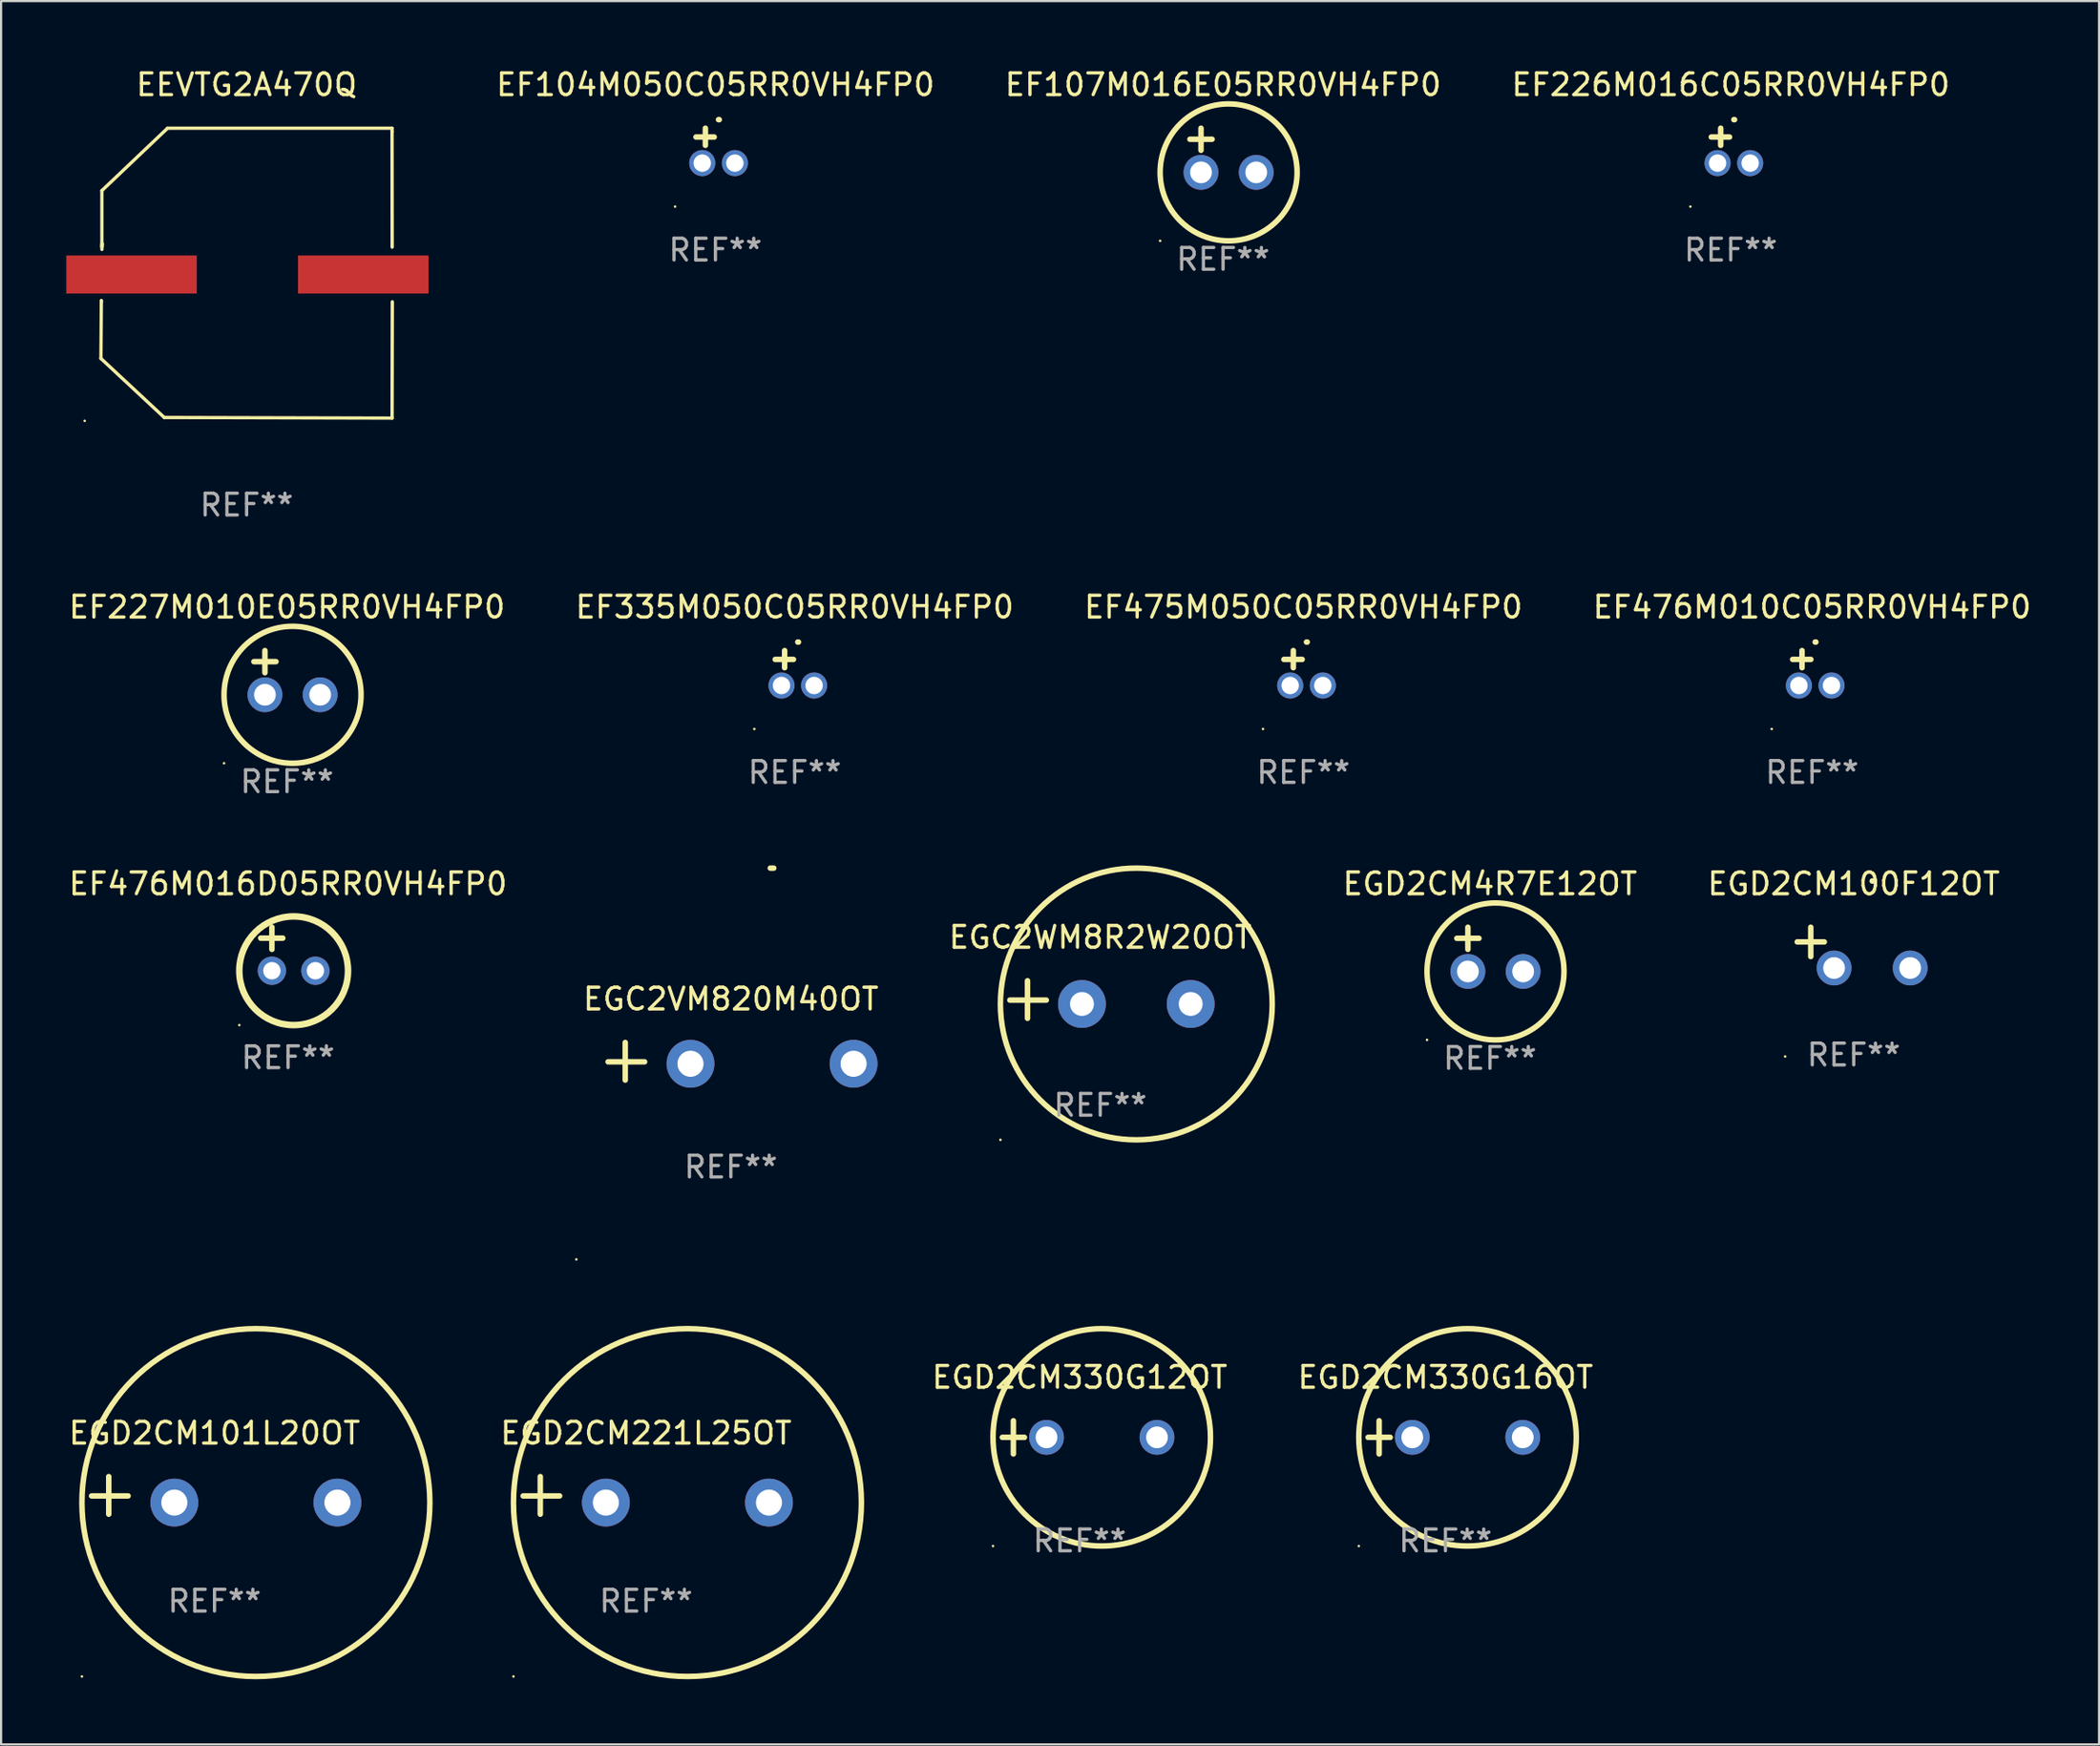
<source format=kicad_pcb>
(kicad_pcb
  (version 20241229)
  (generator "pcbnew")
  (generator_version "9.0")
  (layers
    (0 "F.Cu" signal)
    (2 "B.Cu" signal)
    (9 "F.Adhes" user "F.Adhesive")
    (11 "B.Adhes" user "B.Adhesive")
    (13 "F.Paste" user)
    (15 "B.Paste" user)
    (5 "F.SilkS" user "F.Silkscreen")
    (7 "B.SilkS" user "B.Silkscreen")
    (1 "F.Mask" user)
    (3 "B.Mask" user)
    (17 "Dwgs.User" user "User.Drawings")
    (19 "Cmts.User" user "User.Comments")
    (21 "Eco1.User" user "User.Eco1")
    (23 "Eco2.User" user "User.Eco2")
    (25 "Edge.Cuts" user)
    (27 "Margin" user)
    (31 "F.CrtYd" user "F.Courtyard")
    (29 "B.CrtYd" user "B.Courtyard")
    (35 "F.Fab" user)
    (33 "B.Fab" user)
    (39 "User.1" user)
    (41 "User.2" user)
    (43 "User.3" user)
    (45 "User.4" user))
  (footprint "EF475M050C05RR0VH4FP0"
    (layer "F.Cu")
    (at 56.887 27.683)
    (property "Reference" "EF475M050C05RR0VH4FP0" (at 0 -2.803 0) (layer "F.SilkS") (effects (font (size 1 1) (thickness 0.15))))
    (attr through_hole)
    (fp_line (start -0.462 -0.016) (end -0.462 -0.803) (stroke (width 0.254) (type solid)) (layer "F.SilkS"))
    (fp_line (start -0.056 -0.397) (end -0.894 -0.397) (stroke (width 0.254) (type solid)) (layer "F.SilkS"))
    (fp_arc (start 0.142799 -1.195784) (mid 0.159309 -1.195852) (end 0.175819 -1.195784) (stroke (width 0.254001) (type solid)) (layer "F.SilkS"))
    (fp_circle (center -1.856 2.803) (end -1.826 2.803) (stroke (width 0.06) (type solid)) (fill no) (layer "F.SilkS"))
    (fp_text user "REF**" (at 0 4.803 0) (layer "F.Fab") (effects (font (size 1 1) (thickness 0.15))))
    (pad "1" thru_hole circle (at -0.606 0.803) (size 1.2 1.2) (drill 0.8) (layers "*.Cu" "*.Mask"))
    (pad "2" thru_hole circle (at 0.894 0.803) (size 1.2 1.2) (drill 0.8) (layers "*.Cu" "*.Mask")))
  (footprint "EGC2WM8R2W20OT"
    (layer "F.Cu")
    (at 47.547 42.934)
    (property "Reference" "EGC2WM8R2W20OT" (at 0 -2.864 0) (layer "F.SilkS") (effects (font (size 1 1) (thickness 0.15))))
    (attr through_hole)
    (fp_line (start -3.346 0.864) (end -3.346 -0.864) (stroke (width 0.254) (type solid)) (layer "F.SilkS"))
    (fp_line (start -2.482 0.025) (end -4.158 0.025) (stroke (width 0.254) (type solid)) (layer "F.SilkS"))
    (fp_circle (center -4.592 6.453) (end -4.562 6.453) (stroke (width 0.06) (type solid)) (fill no) (layer "F.SilkS"))
    (fp_circle (center 1.658 0.203) (end 7.908 0.203) (stroke (width 0.254) (type solid)) (fill no) (layer "F.SilkS"))
    (fp_text user "REF**" (at 0 4.864 0) (layer "F.Fab") (effects (font (size 1 1) (thickness 0.15))))
    (pad "1" thru_hole circle (at -0.842 0.203) (size 2.2 2.2) (drill 1.1) (layers "*.Cu" "*.Mask"))
    (pad "2" thru_hole circle (at 4.158 0.203) (size 2.2 2.2) (drill 1.1) (layers "*.Cu" "*.Mask")))
  (footprint "EGD2CM330G12OT"
    (layer "F.Cu")
    (at 46.599 63.074)
    (property "Reference" "EGD2CM330G12OT" (at 0 -2.762 0) (layer "F.SilkS") (effects (font (size 1 1) (thickness 0.15))))
    (attr through_hole)
    (fp_line (start -3.556 0) (end -2.54 0) (stroke (width 0.254) (type solid)) (layer "F.SilkS"))
    (fp_line (start -3.048 -0.762) (end -3.048 0.762) (stroke (width 0.254) (type solid)) (layer "F.SilkS"))
    (fp_circle (center -3.984 5) (end -3.954 5) (stroke (width 0.06) (type solid)) (fill no) (layer "F.SilkS"))
    (fp_circle (center 1.016 0) (end 6.016 0) (stroke (width 0.254) (type solid)) (fill no) (layer "F.SilkS"))
    (fp_text user "REF**" (at 0 4.762 0) (layer "F.Fab") (effects (font (size 1 1) (thickness 0.15))))
    (pad "1" thru_hole circle (at -1.524 0) (size 1.6 1.6) (drill 1) (layers "*.Cu" "*.Mask"))
    (pad "2" thru_hole circle (at 3.556 0) (size 1.6 1.6) (drill 1) (layers "*.Cu" "*.Mask")))
  (footprint "EF335M050C05RR0VH4FP0"
    (layer "F.Cu")
    (at 33.494 27.683)
    (property "Reference" "EF335M050C05RR0VH4FP0" (at 0 -2.803 0) (layer "F.SilkS") (effects (font (size 1 1) (thickness 0.15))))
    (attr through_hole)
    (fp_line (start -0.462 -0.016) (end -0.462 -0.803) (stroke (width 0.254) (type solid)) (layer "F.SilkS"))
    (fp_line (start -0.056 -0.397) (end -0.894 -0.397) (stroke (width 0.254) (type solid)) (layer "F.SilkS"))
    (fp_arc (start 0.142799 -1.195784) (mid 0.159309 -1.195852) (end 0.175819 -1.195784) (stroke (width 0.254001) (type solid)) (layer "F.SilkS"))
    (fp_circle (center -1.856 2.803) (end -1.826 2.803) (stroke (width 0.06) (type solid)) (fill no) (layer "F.SilkS"))
    (fp_text user "REF**" (at 0 4.803 0) (layer "F.Fab") (effects (font (size 1 1) (thickness 0.15))))
    (pad "1" thru_hole circle (at -0.606 0.803) (size 1.2 1.2) (drill 0.8) (layers "*.Cu" "*.Mask"))
    (pad "2" thru_hole circle (at 0.894 0.803) (size 1.2 1.2) (drill 0.8) (layers "*.Cu" "*.Mask")))
  (footprint "EGC2VM820M40OT"
    (layer "F.Cu")
    (at 30.559 45.773)
    (property "Reference" "EGC2VM820M40OT" (at 0 -2.864 0) (layer "F.SilkS") (effects (font (size 1 1) (thickness 0.15))))
    (attr through_hole)
    (fp_line (start -4.856 0.864) (end -4.856 -0.864) (stroke (width 0.254) (type solid)) (layer "F.SilkS"))
    (fp_line (start -3.967 0.025) (end -5.644 0.025) (stroke (width 0.254) (type solid)) (layer "F.SilkS"))
    (fp_arc (start 1.815024 -8.885649) (mid 1.893764 -8.88599) (end 1.972504 -8.885649) (stroke (width 0.254001) (type solid)) (layer "F.SilkS"))
    (fp_circle (center -7.106 9.114) (end -7.076 9.114) (stroke (width 0.06) (type solid)) (fill no) (layer "F.SilkS"))
    (fp_text user "REF**" (at 0 4.864 0) (layer "F.Fab") (effects (font (size 1 1) (thickness 0.15))))
    (pad "1" thru_hole circle (at -1.856 0.114) (size 2.2 2.2) (drill 1.2) (layers "*.Cu" "*.Mask"))
    (pad "2" thru_hole circle (at 5.644 0.114) (size 2.2 2.2) (drill 1.2) (layers "*.Cu" "*.Mask")))
  (footprint "EF226M016C05RR0VH4FP0"
    (layer "F.Cu")
    (at 76.54 3.651)
    (property "Reference" "EF226M016C05RR0VH4FP0" (at 0 -2.803 0) (layer "F.SilkS") (effects (font (size 1 1) (thickness 0.15))))
    (attr through_hole)
    (fp_line (start -0.462 -0.016) (end -0.462 -0.803) (stroke (width 0.254) (type solid)) (layer "F.SilkS"))
    (fp_line (start -0.056 -0.397) (end -0.894 -0.397) (stroke (width 0.254) (type solid)) (layer "F.SilkS"))
    (fp_arc (start 0.142799 -1.195784) (mid 0.159309 -1.195852) (end 0.175819 -1.195784) (stroke (width 0.254001) (type solid)) (layer "F.SilkS"))
    (fp_circle (center -1.856 2.803) (end -1.826 2.803) (stroke (width 0.06) (type solid)) (fill no) (layer "F.SilkS"))
    (fp_text user "REF**" (at 0 4.803 0) (layer "F.Fab") (effects (font (size 1 1) (thickness 0.15))))
    (pad "1" thru_hole circle (at -0.606 0.803) (size 1.2 1.2) (drill 0.8) (layers "*.Cu" "*.Mask"))
    (pad "2" thru_hole circle (at 0.894 0.803) (size 1.2 1.2) (drill 0.8) (layers "*.Cu" "*.Mask")))
  (footprint "EF227M010E05RR0VH4FP0"
    (layer "F.Cu")
    (at 10.149 27.896)
    (property "Reference" "EF227M010E05RR0VH4FP0" (at 0 -3.016 0) (layer "F.SilkS") (effects (font (size 1 1) (thickness 0.15))))
    (attr through_hole)
    (fp_line (start -1.524 -0.508) (end -0.508 -0.508) (stroke (width 0.254) (type solid)) (layer "F.SilkS"))
    (fp_line (start -1.016 -1.016) (end -1.016 0) (stroke (width 0.254) (type solid)) (layer "F.SilkS"))
    (fp_circle (center -2.896 4.166) (end -2.866 4.166) (stroke (width 0.06) (type solid)) (fill no) (layer "F.SilkS"))
    (fp_circle (center 0.254 1.016) (end 3.404 1.016) (stroke (width 0.254) (type solid)) (fill no) (layer "F.SilkS"))
    (fp_text user "REF**" (at 0 5.016 0) (layer "F.Fab") (effects (font (size 1 1) (thickness 0.15))))
    (pad "1" thru_hole circle (at -1.016 1.016) (size 1.6 1.6) (drill 1) (layers "*.Cu" "*.Mask"))
    (pad "2" thru_hole circle (at 1.524 1.016) (size 1.6 1.6) (drill 1) (layers "*.Cu" "*.Mask")))
  (footprint "EGD2CM330G16OT"
    (layer "F.Cu")
    (at 63.42 63.074)
    (property "Reference" "EGD2CM330G16OT" (at 0 -2.762 0) (layer "F.SilkS") (effects (font (size 1 1) (thickness 0.15))))
    (attr through_hole)
    (fp_line (start -3.556 0) (end -2.54 0) (stroke (width 0.254) (type solid)) (layer "F.SilkS"))
    (fp_line (start -3.048 -0.762) (end -3.048 0.762) (stroke (width 0.254) (type solid)) (layer "F.SilkS"))
    (fp_circle (center -3.984 5) (end -3.954 5) (stroke (width 0.06) (type solid)) (fill no) (layer "F.SilkS"))
    (fp_circle (center 1.016 0) (end 6.016 0) (stroke (width 0.254) (type solid)) (fill no) (layer "F.SilkS"))
    (fp_text user "REF**" (at 0 4.762 0) (layer "F.Fab") (effects (font (size 1 1) (thickness 0.15))))
    (pad "1" thru_hole circle (at -1.524 0) (size 1.6 1.6) (drill 1) (layers "*.Cu" "*.Mask"))
    (pad "2" thru_hole circle (at 3.556 0) (size 1.6 1.6) (drill 1) (layers "*.Cu" "*.Mask")))
  (footprint "EF104M050C05RR0VH4FP0"
    (layer "F.Cu")
    (at 29.85 3.651)
    (property "Reference" "EF104M050C05RR0VH4FP0" (at 0 -2.803 0) (layer "F.SilkS") (effects (font (size 1 1) (thickness 0.15))))
    (attr through_hole)
    (fp_line (start -0.462 -0.016) (end -0.462 -0.803) (stroke (width 0.254) (type solid)) (layer "F.SilkS"))
    (fp_line (start -0.056 -0.397) (end -0.894 -0.397) (stroke (width 0.254) (type solid)) (layer "F.SilkS"))
    (fp_arc (start 0.142799 -1.195784) (mid 0.159309 -1.195852) (end 0.175819 -1.195784) (stroke (width 0.254001) (type solid)) (layer "F.SilkS"))
    (fp_circle (center -1.856 2.803) (end -1.826 2.803) (stroke (width 0.06) (type solid)) (fill no) (layer "F.SilkS"))
    (fp_text user "REF**" (at 0 4.803 0) (layer "F.Fab") (effects (font (size 1 1) (thickness 0.15))))
    (pad "1" thru_hole circle (at -0.606 0.803) (size 1.2 1.2) (drill 0.8) (layers "*.Cu" "*.Mask"))
    (pad "2" thru_hole circle (at 0.894 0.803) (size 1.2 1.2) (drill 0.8) (layers "*.Cu" "*.Mask")))
  (footprint "EGD2CM221L25OT"
    (layer "F.Cu")
    (at 26.66 65.744)
    (property "Reference" "EGD2CM221L25OT" (at 0 -2.864 0) (layer "F.SilkS") (effects (font (size 1 1) (thickness 0.15))))
    (attr through_hole)
    (fp_line (start -4.864 0.864) (end -4.864 -0.864) (stroke (width 0.254) (type solid)) (layer "F.SilkS"))
    (fp_line (start -3.975 0.025) (end -5.652 0.025) (stroke (width 0.254) (type solid)) (layer "F.SilkS"))
    (fp_circle (center -6.098 8.33) (end -6.068 8.33) (stroke (width 0.06) (type solid)) (fill no) (layer "F.SilkS"))
    (fp_circle (center 1.902 0.33) (end 9.902 0.33) (stroke (width 0.254) (type solid)) (fill no) (layer "F.SilkS"))
    (fp_text user "REF**" (at 0 4.864 0) (layer "F.Fab") (effects (font (size 1 1) (thickness 0.15))))
    (pad "1" thru_hole circle (at -1.848 0.33) (size 2.2 2.2) (drill 1.2) (layers "*.Cu" "*.Mask"))
    (pad "2" thru_hole circle (at 5.652 0.33) (size 2.2 2.2) (drill 1.2) (layers "*.Cu" "*.Mask")))
  (footprint "EGD2CM100F12OT"
    (layer "F.Cu")
    (at 82.195 40.545)
    (property "Reference" "EGD2CM100F12OT" (at 0 -2.937 0) (layer "F.SilkS") (effects (font (size 1 1) (thickness 0.15))))
    (attr through_hole)
    (fp_line (start -1.975 0.41) (end -1.975 -0.937) (stroke (width 0.254) (type solid)) (layer "F.SilkS"))
    (fp_line (start -1.353 -0.263) (end -2.597 -0.263) (stroke (width 0.254) (type solid)) (layer "F.SilkS"))
    (fp_arc (start 0.849809 -3.063957) (mid 0.885369 -3.064114) (end 0.920929 -3.063957) (stroke (width 0.254001) (type solid)) (layer "F.SilkS"))
    (fp_circle (center -3.154 5.008) (end -3.124 5.008) (stroke (width 0.06) (type solid)) (fill no) (layer "F.SilkS"))
    (fp_text user "REF**" (at 0 4.937 0) (layer "F.Fab") (effects (font (size 1 1) (thickness 0.15))))
    (pad "1" thru_hole circle (at -0.903 0.937) (size 1.6 1.6) (drill 1) (layers "*.Cu" "*.Mask"))
    (pad "2" thru_hole circle (at 2.597 0.937) (size 1.6 1.6) (drill 1) (layers "*.Cu" "*.Mask")))
  (footprint "EGD2CM101L20OT"
    (layer "F.Cu")
    (at 6.815 65.744)
    (property "Reference" "EGD2CM101L20OT" (at 0 -2.864 0) (layer "F.SilkS") (effects (font (size 1 1) (thickness 0.15))))
    (attr through_hole)
    (fp_line (start -4.864 0.864) (end -4.864 -0.864) (stroke (width 0.254) (type solid)) (layer "F.SilkS"))
    (fp_line (start -3.975 0.025) (end -5.652 0.025) (stroke (width 0.254) (type solid)) (layer "F.SilkS"))
    (fp_circle (center -6.098 8.33) (end -6.068 8.33) (stroke (width 0.06) (type solid)) (fill no) (layer "F.SilkS"))
    (fp_circle (center 1.902 0.33) (end 9.902 0.33) (stroke (width 0.254) (type solid)) (fill no) (layer "F.SilkS"))
    (fp_text user "REF**" (at 0 4.864 0) (layer "F.Fab") (effects (font (size 1 1) (thickness 0.15))))
    (pad "1" thru_hole circle (at -1.848 0.33) (size 2.2 2.2) (drill 1.2) (layers "*.Cu" "*.Mask"))
    (pad "2" thru_hole circle (at 5.652 0.33) (size 2.2 2.2) (drill 1.2) (layers "*.Cu" "*.Mask")))
  (footprint "EF476M016D05RR0VH4FP0"
    (layer "F.Cu")
    (at 10.196 40.608)
    (property "Reference" "EF476M016D05RR0VH4FP0" (at 0 -3 0) (layer "F.SilkS") (effects (font (size 1 1) (thickness 0.15))))
    (attr through_hole)
    (fp_line (start -1.258 -0.5) (end -0.242 -0.5) (stroke (width 0.254) (type solid)) (layer "F.SilkS"))
    (fp_line (start -0.742 -1) (end -0.742 0.016) (stroke (width 0.254) (type solid)) (layer "F.SilkS"))
    (fp_circle (center -2.242 3.5) (end -2.212 3.5) (stroke (width 0.06) (type solid)) (fill no) (layer "F.SilkS"))
    (fp_circle (center 0.258 1) (end 2.758 1) (stroke (width 0.3) (type solid)) (fill no) (layer "F.SilkS"))
    (fp_text user "REF**" (at 0 5 0) (layer "F.Fab") (effects (font (size 1 1) (thickness 0.15))))
    (pad "1" thru_hole circle (at -0.742 1) (size 1.3 1.3) (drill 0.8) (layers "*.Cu" "*.Mask"))
    (pad "2" thru_hole circle (at 1.258 1) (size 1.3 1.3) (drill 0.8) (layers "*.Cu" "*.Mask")))
  (footprint "EF476M010C05RR0VH4FP0"
    (layer "F.Cu")
    (at 80.28 27.683)
    (property "Reference" "EF476M010C05RR0VH4FP0" (at 0 -2.803 0) (layer "F.SilkS") (effects (font (size 1 1) (thickness 0.15))))
    (attr through_hole)
    (fp_line (start -0.462 -0.016) (end -0.462 -0.803) (stroke (width 0.254) (type solid)) (layer "F.SilkS"))
    (fp_line (start -0.056 -0.397) (end -0.894 -0.397) (stroke (width 0.254) (type solid)) (layer "F.SilkS"))
    (fp_arc (start 0.142799 -1.195784) (mid 0.159309 -1.195852) (end 0.175819 -1.195784) (stroke (width 0.254001) (type solid)) (layer "F.SilkS"))
    (fp_circle (center -1.856 2.803) (end -1.826 2.803) (stroke (width 0.06) (type solid)) (fill no) (layer "F.SilkS"))
    (fp_text user "REF**" (at 0 4.803 0) (layer "F.Fab") (effects (font (size 1 1) (thickness 0.15))))
    (pad "1" thru_hole circle (at -0.606 0.803) (size 1.2 1.2) (drill 0.8) (layers "*.Cu" "*.Mask"))
    (pad "2" thru_hole circle (at 0.894 0.803) (size 1.2 1.2) (drill 0.8) (layers "*.Cu" "*.Mask")))
  (footprint "EEVTG2A470Q"
    (layer "F.Cu")
    (at 8.291 9.516)
    (property "Reference" "EEVTG2A470Q" (at 0 -8.668 0) (layer "F.SilkS") (effects (font (size 1 1) (thickness 0.15))))
    (attr through_hole)
    (fp_line (start -6.7 3.925) (end -6.681 1.297) (stroke (width 0.152) (type solid)) (layer "F.SilkS"))
    (fp_line (start -6.681 1.297) (end -6.682 1.257) (stroke (width 0.152) (type solid)) (layer "F.SilkS"))
    (fp_line (start -6.656 -3.797) (end -6.656 -1.217) (stroke (width 0.152) (type solid)) (layer "F.SilkS"))
    (fp_line (start -6.656 -1.217) (end -6.646 -1.359) (stroke (width 0.152) (type solid)) (layer "F.SilkS"))
    (fp_line (start -6.646 -1.359) (end -6.655 -1.091) (stroke (width 0.152) (type solid)) (layer "F.SilkS"))
    (fp_line (start -3.788 6.64) (end -6.7 3.925) (stroke (width 0.152) (type solid)) (layer "F.SilkS"))
    (fp_line (start -3.636 -6.668) (end -6.656 -3.797) (stroke (width 0.152) (type solid)) (layer "F.SilkS"))
    (fp_line (start 6.687 -6.668) (end -3.636 -6.668) (stroke (width 0.152) (type solid)) (layer "F.SilkS"))
    (fp_line (start 6.687 -6.513) (end 6.687 -6.668) (stroke (width 0.152) (type solid)) (layer "F.SilkS"))
    (fp_line (start 6.689 6.668) (end -3.788 6.64) (stroke (width 0.152) (type solid)) (layer "F.SilkS"))
    (fp_line (start 6.693 -1.197) (end 6.687 -6.513) (stroke (width 0.152) (type solid)) (layer "F.SilkS"))
    (fp_line (start 6.7 1.317) (end 6.689 6.668) (stroke (width 0.152) (type solid)) (layer "F.SilkS"))
    (fp_circle (center -7.447 6.795) (end -7.417 6.795) (stroke (width 0.06) (type solid)) (fill no) (layer "F.SilkS"))
    (fp_text user "REF**" (at 0 10.668 0) (layer "F.Fab") (effects (font (size 1 1) (thickness 0.15))))
    (pad "1" smd rect (at -5.291 0.064) (size 6 1.75) (layers "F.Cu" "F.Mask" "F.Paste"))
    (pad "2" smd rect (at 5.363 0.064) (size 6 1.75) (layers "F.Cu" "F.Mask" "F.Paste")))
  (footprint "EGD2CM4R7E12OT"
    (layer "F.Cu")
    (at 65.469 40.624)
    (property "Reference" "EGD2CM4R7E12OT" (at 0 -3.016 0) (layer "F.SilkS") (effects (font (size 1 1) (thickness 0.15))))
    (attr through_hole)
    (fp_line (start -1.524 -0.508) (end -0.508 -0.508) (stroke (width 0.254) (type solid)) (layer "F.SilkS"))
    (fp_line (start -1.016 -1.016) (end -1.016 0) (stroke (width 0.254) (type solid)) (layer "F.SilkS"))
    (fp_circle (center -2.896 4.166) (end -2.866 4.166) (stroke (width 0.06) (type solid)) (fill no) (layer "F.SilkS"))
    (fp_circle (center 0.254 1.016) (end 3.404 1.016) (stroke (width 0.254) (type solid)) (fill no) (layer "F.SilkS"))
    (fp_text user "REF**" (at 0 5.016 0) (layer "F.Fab") (effects (font (size 1 1) (thickness 0.15))))
    (pad "1" thru_hole circle (at -1.016 1.016) (size 1.6 1.6) (drill 1) (layers "*.Cu" "*.Mask"))
    (pad "2" thru_hole circle (at 1.524 1.016) (size 1.6 1.6) (drill 1) (layers "*.Cu" "*.Mask")))
  (footprint "EF107M016E05RR0VH4FP0"
    (layer "F.Cu")
    (at 53.195 3.864)
    (property "Reference" "EF107M016E05RR0VH4FP0" (at 0 -3.016 0) (layer "F.SilkS") (effects (font (size 1 1) (thickness 0.15))))
    (attr through_hole)
    (fp_line (start -1.524 -0.508) (end -0.508 -0.508) (stroke (width 0.254) (type solid)) (layer "F.SilkS"))
    (fp_line (start -1.016 -1.016) (end -1.016 0) (stroke (width 0.254) (type solid)) (layer "F.SilkS"))
    (fp_circle (center -2.896 4.166) (end -2.866 4.166) (stroke (width 0.06) (type solid)) (fill no) (layer "F.SilkS"))
    (fp_circle (center 0.254 1.016) (end 3.404 1.016) (stroke (width 0.254) (type solid)) (fill no) (layer "F.SilkS"))
    (fp_text user "REF**" (at 0 5.016 0) (layer "F.Fab") (effects (font (size 1 1) (thickness 0.15))))
    (pad "1" thru_hole circle (at -1.016 1.016) (size 1.6 1.6) (drill 1) (layers "*.Cu" "*.Mask"))
    (pad "2" thru_hole circle (at 1.524 1.016) (size 1.6 1.6) (drill 1) (layers "*.Cu" "*.Mask")))
  (gr_rect
    (start -3 -3)
    (end 93.476 77.201)
    (stroke (width 0.1) (type default))
    (fill no)
    (layer "Edge.Cuts")))
</source>
